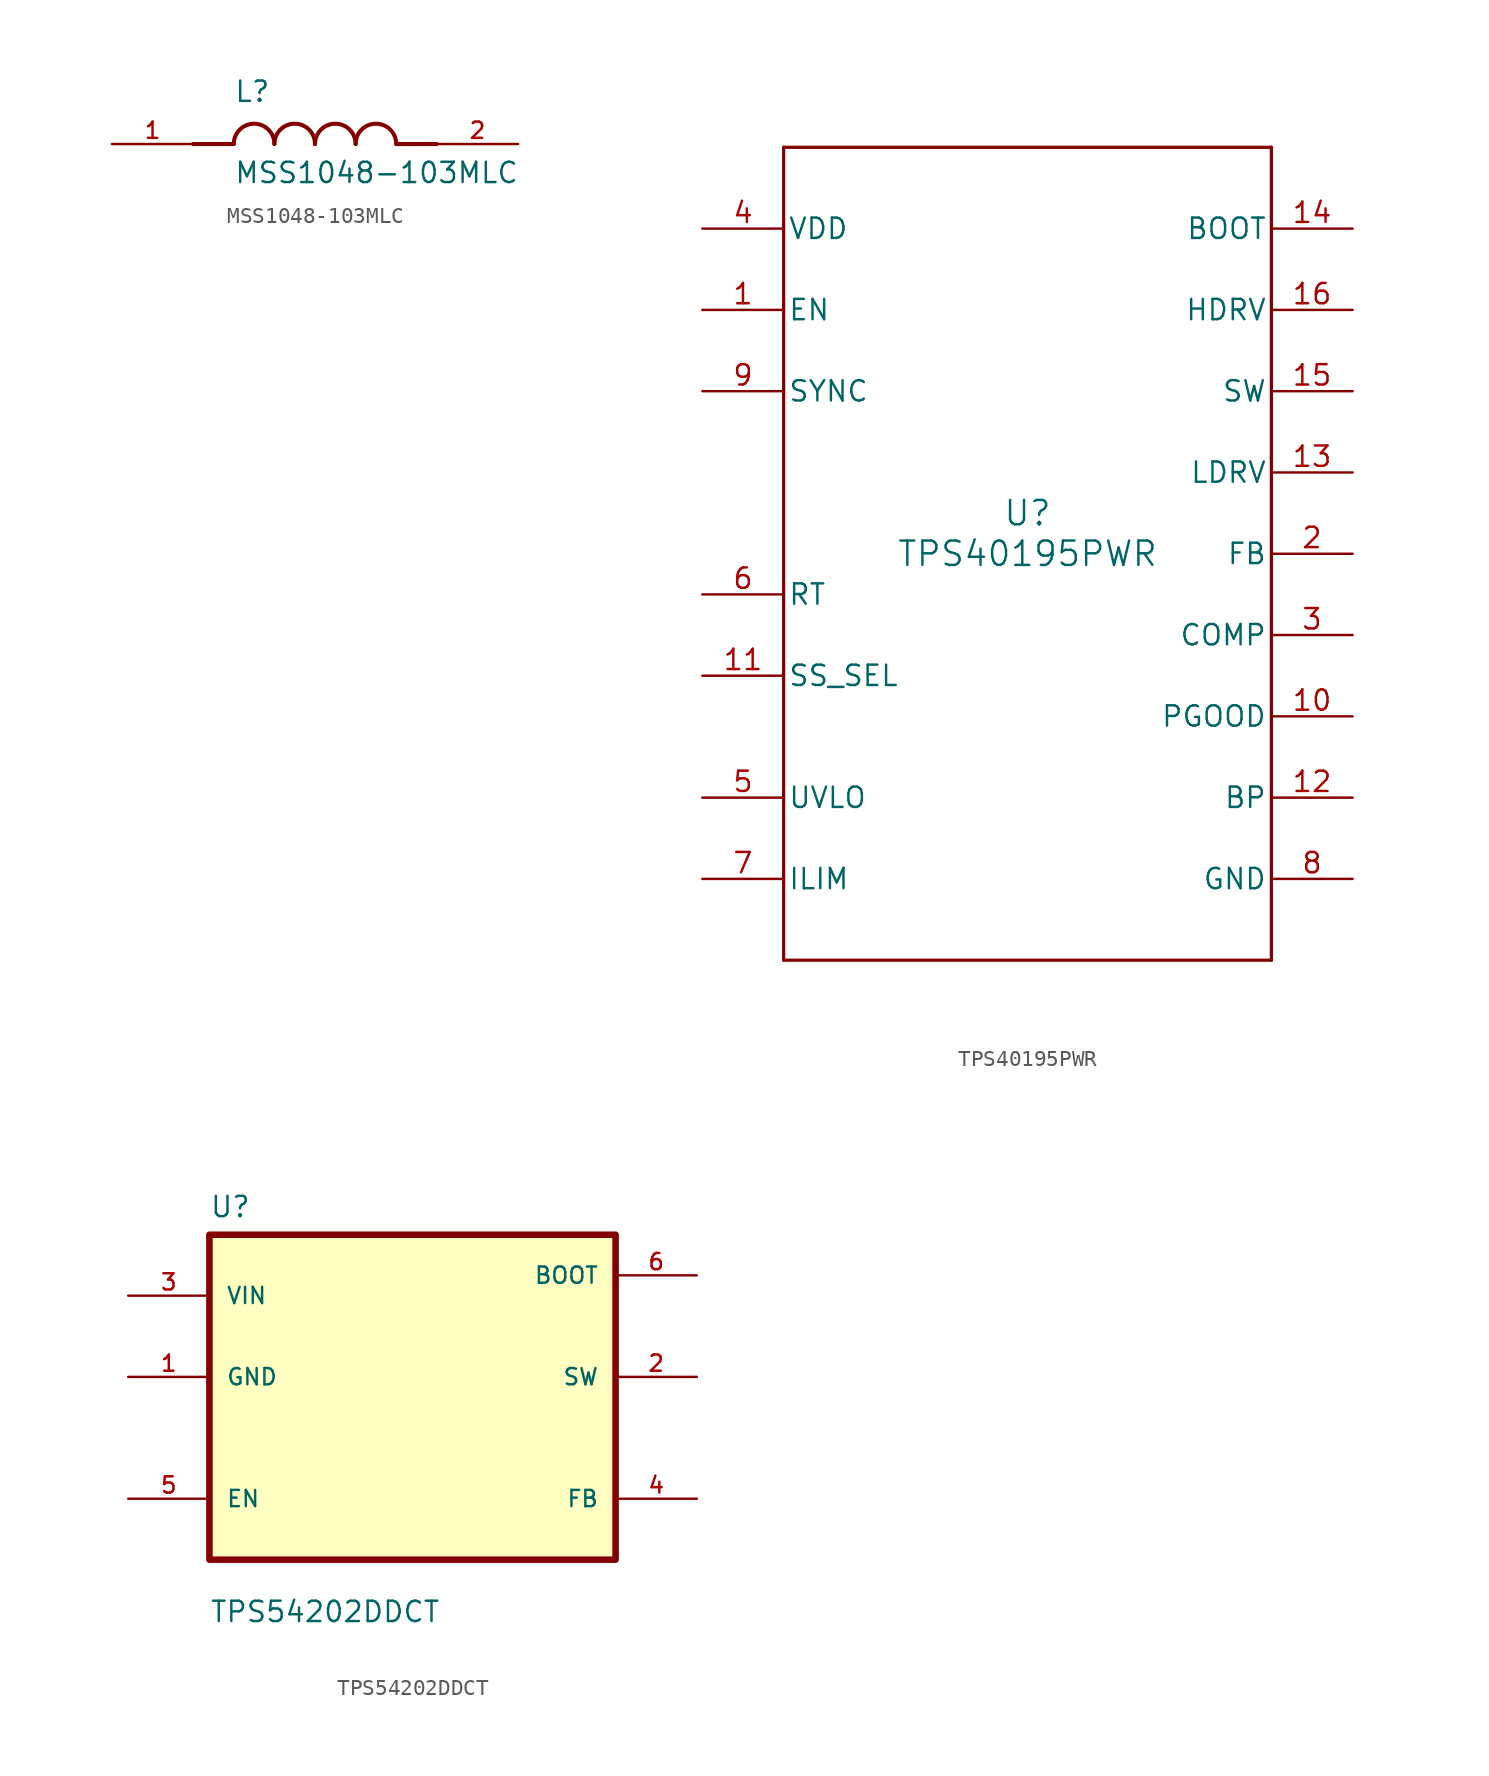
<source format=kicad_sym>
(kicad_symbol_lib
  (version 20241209)
  (generator "kicad_symbol_editor")
  (generator_version "9.0")
  (symbol "MSS1048-103MLC"
    (pin_names
      (offset 1.016))
    (property "Reference" "L"
      (at -5.08 2.54 0)
      (effects (font (size 1.27 1.27)) (justify left bottom)))
    (property "Value" "MSS1048-103MLC"
      (at -5.08 -2.54 0)
      (effects (font (size 1.27 1.27)) (justify left bottom)))
    (symbol "MSS1048-103MLC_0_0"
      (polyline (pts (xy -5.08 0) (xy -7.62 0)) (stroke (width 0.254) (type default)) (fill (type none)))
      (arc (start -5.08 0) (mid -3.81 1.2645) (end -2.54 0) (stroke (width 0.254) (type default)) (fill (type none)))
      (arc (start -2.54 0) (mid -1.27 1.2645) (end 0 0) (stroke (width 0.254) (type default)) (fill (type none)))
      (arc (start 0 0) (mid 1.27 1.2645) (end 2.54 0) (stroke (width 0.254) (type default)) (fill (type none)))
      (arc (start 2.54 0) (mid 3.81 1.2645) (end 5.08 0) (stroke (width 0.254) (type default)) (fill (type none)))
      (polyline (pts (xy 5.08 0) (xy 7.62 0)) (stroke (width 0.254) (type default)) (fill (type none)))
      (pin passive line (at -12.7 0 0) (length 5.08) (name "~" (effects (font (size 1.016 1.016)))) (number "1" (effects (font (size 1.016 1.016)))))
      (pin passive line (at 12.7 0 180) (length 5.08) (name "~" (effects (font (size 1.016 1.016)))) (number "2" (effects (font (size 1.016 1.016)))))))
  (symbol "TPS40195PWR"
    (pin_names
      (offset 0.254))
    (property "Reference" "U"
      (at 0 2.54 0)
      (effects (font (size 1.524 1.524))))
    (property "Value" "TPS40195PWR"
      (at 0 0 0)
      (effects (font (size 1.524 1.524))))
    (property "ki_locked" ""
      (at 0 0 0)
      (effects (font (size 1.27 1.27))))
    (symbol "TPS40195PWR_0_1"
      (polyline (pts (xy -15.24 25.4) (xy -15.24 -25.4)) (stroke (width 0.203) (type default)) (fill (type none)))
      (polyline (pts (xy -15.24 -25.4) (xy 15.24 -25.4)) (stroke (width 0.203) (type default)) (fill (type none)))
      (polyline (pts (xy 15.24 25.4) (xy -15.24 25.4)) (stroke (width 0.203) (type default)) (fill (type none)))
      (polyline (pts (xy 15.24 -25.4) (xy 15.24 25.4)) (stroke (width 0.203) (type default)) (fill (type none)))
      (pin power_in line (at -20.32 20.32 0) (length 5.08) (name "VDD" (effects (font (size 1.27 1.27)))) (number "4" (effects (font (size 1.27 1.27)))))
      (pin input line (at -20.32 15.24 0) (length 5.08) (name "EN" (effects (font (size 1.27 1.27)))) (number "1" (effects (font (size 1.27 1.27)))))
      (pin bidirectional line (at -20.32 10.16 0) (length 5.08) (name "SYNC" (effects (font (size 1.27 1.27)))) (number "9" (effects (font (size 1.27 1.27)))))
      (pin input line (at -20.32 -2.54 0) (length 5.08) (name "RT" (effects (font (size 1.27 1.27)))) (number "6" (effects (font (size 1.27 1.27)))))
      (pin input line (at -20.32 -7.62 0) (length 5.08) (name "SS_SEL" (effects (font (size 1.27 1.27)))) (number "11" (effects (font (size 1.27 1.27)))))
      (pin input line (at -20.32 -15.24 0) (length 5.08) (name "UVLO" (effects (font (size 1.27 1.27)))) (number "5" (effects (font (size 1.27 1.27)))))
      (pin input line (at -20.32 -20.32 0) (length 5.08) (name "ILIM" (effects (font (size 1.27 1.27)))) (number "7" (effects (font (size 1.27 1.27)))))
      (pin power_in line (at 20.32 20.32 180) (length 5.08) (name "BOOT" (effects (font (size 1.27 1.27)))) (number "14" (effects (font (size 1.27 1.27)))))
      (pin power_in line (at 20.32 15.24 180) (length 5.08) (name "HDRV" (effects (font (size 1.27 1.27)))) (number "16" (effects (font (size 1.27 1.27)))))
      (pin power_in line (at 20.32 10.16 180) (length 5.08) (name "SW" (effects (font (size 1.27 1.27)))) (number "15" (effects (font (size 1.27 1.27)))))
      (pin power_in line (at 20.32 5.08 180) (length 5.08) (name "LDRV" (effects (font (size 1.27 1.27)))) (number "13" (effects (font (size 1.27 1.27)))))
      (pin input line (at 20.32 0 180) (length 5.08) (name "FB" (effects (font (size 1.27 1.27)))) (number "2" (effects (font (size 1.27 1.27)))))
      (pin output line (at 20.32 -5.08 180) (length 5.08) (name "COMP" (effects (font (size 1.27 1.27)))) (number "3" (effects (font (size 1.27 1.27)))))
      (pin open_collector line (at 20.32 -10.16 180) (length 5.08) (name "PGOOD" (effects (font (size 1.27 1.27)))) (number "10" (effects (font (size 1.27 1.27)))))
      (pin unspecified line (at 20.32 -15.24 180) (length 5.08) (name "BP" (effects (font (size 1.27 1.27)))) (number "12" (effects (font (size 1.27 1.27)))))
      (pin power_in line (at 20.32 -20.32 180) (length 5.08) (name "GND" (effects (font (size 1.27 1.27)))) (number "8" (effects (font (size 1.27 1.27)))))))
  (symbol "TPS54202DDCT"
    (pin_names
      (offset 1.016))
    (property "Reference" "U"
      (at -12.7 11.16 0)
      (effects (font (size 1.27 1.27)) (justify left bottom)))
    (property "Value" "TPS54202DDCT"
      (at -12.7 -14.16 0)
      (effects (font (size 1.27 1.27)) (justify left bottom)))
    (symbol "TPS54202DDCT_0_0"
      (rectangle (start -12.7 10.16) (end 12.7 -10.16) (stroke (width 0.41) (type default)) (fill (type background)))
      (pin bidirectional line (at -17.78 6.35 0) (length 5.08) (name "VIN" (effects (font (size 1.016 1.016)))) (number "3" (effects (font (size 1.016 1.016)))))
      (pin bidirectional line (at -17.78 1.27 0) (length 5.08) (name "GND" (effects (font (size 1.016 1.016)))) (number "1" (effects (font (size 1.016 1.016)))))
      (pin input line (at -17.78 -6.35 0) (length 5.08) (name "EN" (effects (font (size 1.016 1.016)))) (number "5" (effects (font (size 1.016 1.016)))))
      (pin output line (at 17.78 7.62 180) (length 5.08) (name "BOOT" (effects (font (size 1.016 1.016)))) (number "6" (effects (font (size 1.016 1.016)))))
      (pin output line (at 17.78 1.27 180) (length 5.08) (name "SW" (effects (font (size 1.016 1.016)))) (number "2" (effects (font (size 1.016 1.016)))))
      (pin input line (at 17.78 -6.35 180) (length 5.08) (name "FB" (effects (font (size 1.016 1.016)))) (number "4" (effects (font (size 1.016 1.016))))))))
</source>
